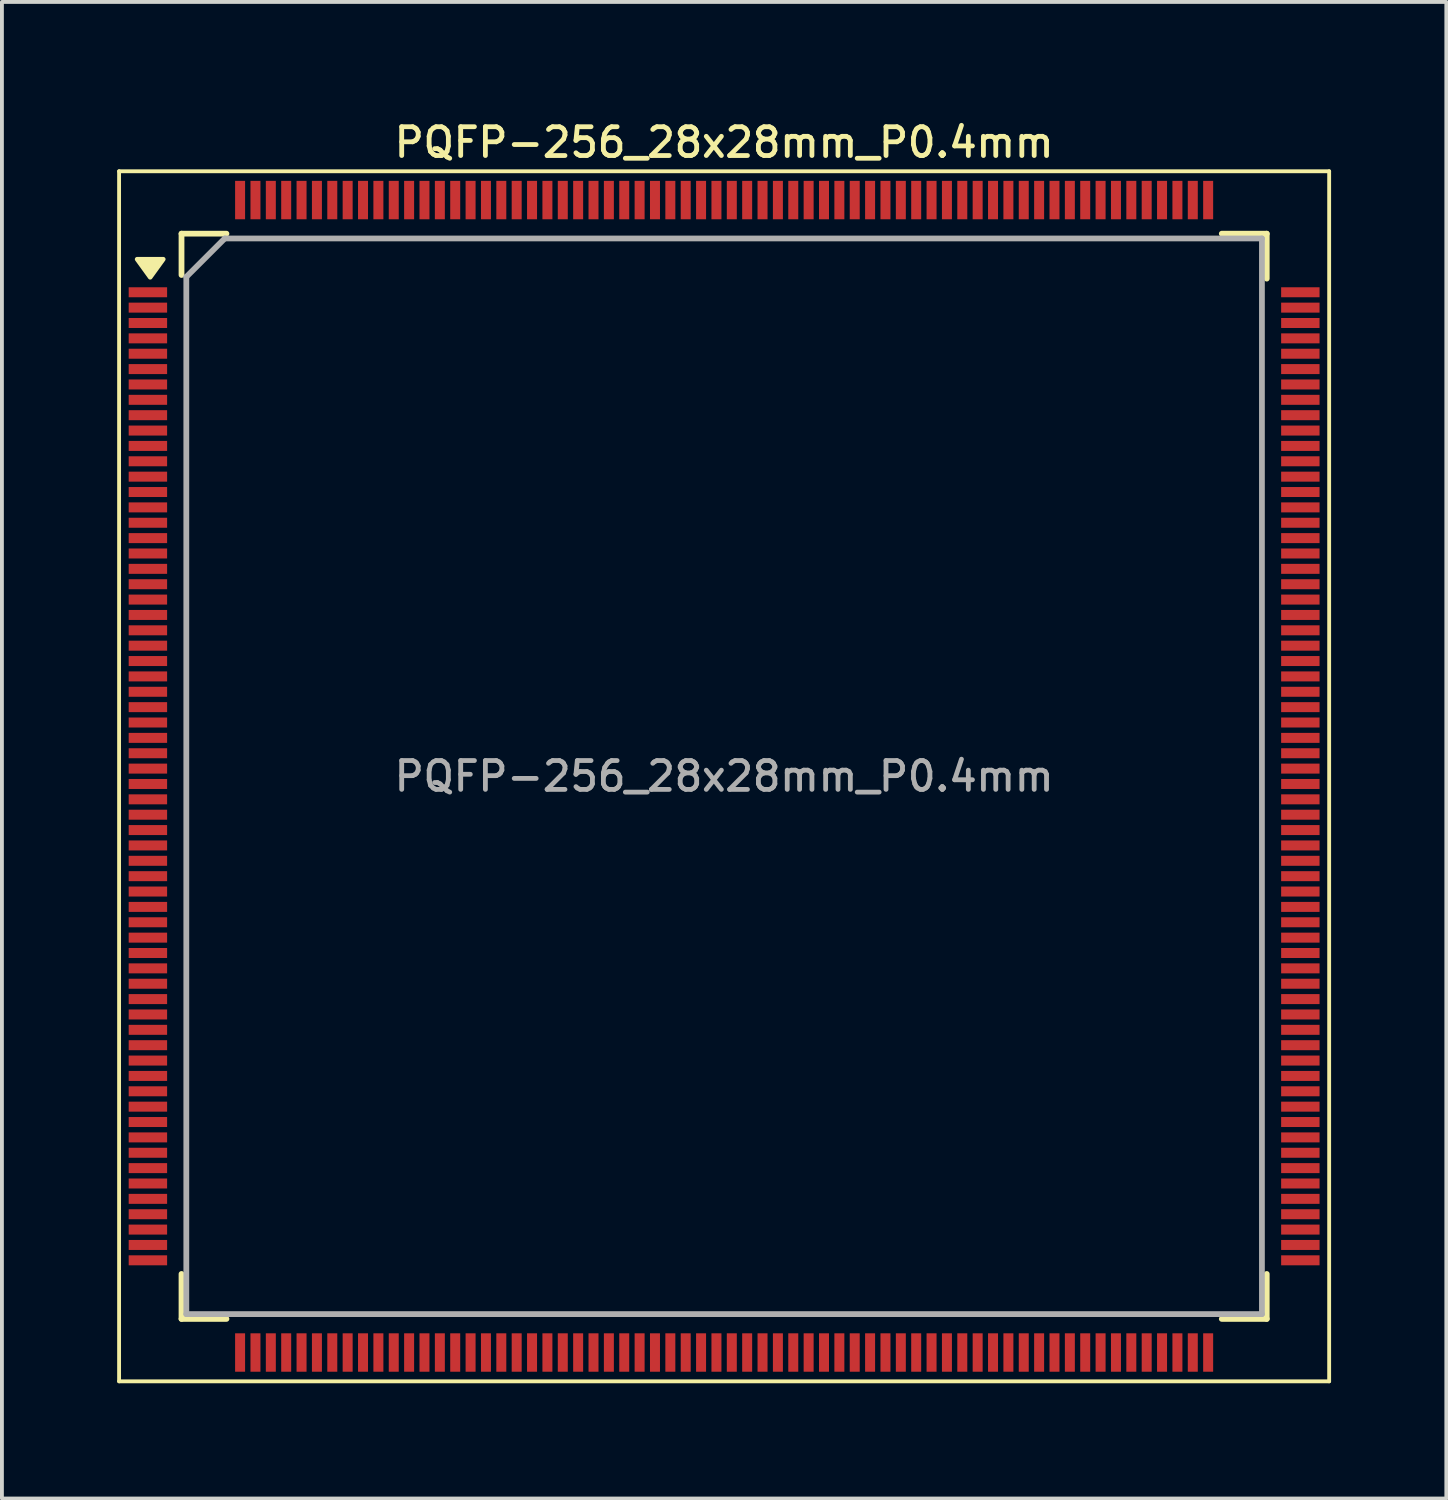
<source format=kicad_pcb>
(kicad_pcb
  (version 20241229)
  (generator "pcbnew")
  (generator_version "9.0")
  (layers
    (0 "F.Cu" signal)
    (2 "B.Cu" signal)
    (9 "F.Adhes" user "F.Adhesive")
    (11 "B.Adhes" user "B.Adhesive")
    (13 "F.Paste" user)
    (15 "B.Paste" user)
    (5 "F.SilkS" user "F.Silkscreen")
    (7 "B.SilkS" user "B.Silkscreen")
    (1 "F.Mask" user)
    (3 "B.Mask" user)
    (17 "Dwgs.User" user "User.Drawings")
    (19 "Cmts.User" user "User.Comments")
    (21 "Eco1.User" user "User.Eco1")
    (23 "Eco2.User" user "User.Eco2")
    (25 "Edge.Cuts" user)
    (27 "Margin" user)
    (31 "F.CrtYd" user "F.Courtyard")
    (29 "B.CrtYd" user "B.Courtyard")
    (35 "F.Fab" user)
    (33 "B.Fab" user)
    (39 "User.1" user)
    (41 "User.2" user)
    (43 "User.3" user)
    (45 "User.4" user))
  (footprint "PQFP-256_28x28mm_P0.4mm"
    (layer "F.Cu")
    (at 15.8 17.158)
    (property "Reference" "PQFP-256_28x28mm_P0.4mm" (at 0 -16.5 0) (layer "F.SilkS") (effects (font (size 0.75 0.75) (thickness 0.125))))
    (attr smd)
    (fp_line (start -15.75 -15.75) (end -15.75 15.75) (stroke (width 0.1) (type solid)) (layer "F.SilkS"))
    (fp_line (start -15.75 -15.75) (end 15.75 -15.75) (stroke (width 0.1) (type solid)) (layer "F.SilkS"))
    (fp_line (start -15.75 15.75) (end 15.75 15.75) (stroke (width 0.1) (type solid)) (layer "F.SilkS"))
    (fp_line (start -14.125 -14.125) (end -14.125 -13.05) (stroke (width 0.15) (type solid)) (layer "F.SilkS"))
    (fp_line (start -14.125 -14.125) (end -12.955 -14.125) (stroke (width 0.15) (type solid)) (layer "F.SilkS"))
    (fp_line (start -14.125 14.125) (end -14.125 12.955) (stroke (width 0.15) (type solid)) (layer "F.SilkS"))
    (fp_line (start -14.125 14.125) (end -12.955 14.125) (stroke (width 0.15) (type solid)) (layer "F.SilkS"))
    (fp_line (start 14.125 -14.125) (end 12.955 -14.125) (stroke (width 0.15) (type solid)) (layer "F.SilkS"))
    (fp_line (start 14.125 -14.125) (end 14.125 -12.955) (stroke (width 0.15) (type solid)) (layer "F.SilkS"))
    (fp_line (start 14.125 14.125) (end 12.955 14.125) (stroke (width 0.15) (type solid)) (layer "F.SilkS"))
    (fp_line (start 14.125 14.125) (end 14.125 12.955) (stroke (width 0.15) (type solid)) (layer "F.SilkS"))
    (fp_line (start 15.75 -15.75) (end 15.75 15.75) (stroke (width 0.1) (type solid)) (layer "F.SilkS"))
    (fp_poly (pts (xy -14.94 -12.99) (xy -15.28 -13.46) (xy -14.6 -13.46) (xy -14.94 -12.99)) (stroke (width 0.12) (type solid)) (fill yes) (layer "F.SilkS"))
    (fp_line (start -14 -13) (end -13 -14) (stroke (width 0.15) (type solid)) (layer "F.Fab"))
    (fp_line (start -14 14) (end -14 -13) (stroke (width 0.15) (type solid)) (layer "F.Fab"))
    (fp_line (start -13 -14) (end 14 -14) (stroke (width 0.15) (type solid)) (layer "F.Fab"))
    (fp_line (start 14 -14) (end 14 14) (stroke (width 0.15) (type solid)) (layer "F.Fab"))
    (fp_line (start 14 14) (end -14 14) (stroke (width 0.15) (type solid)) (layer "F.Fab"))
    (fp_text user "${REFERENCE}" (at 0 0 0) (layer "F.Fab") (effects (font (size 0.75 0.75) (thickness 0.125))))
    (pad "1" smd rect (at -15 -12.6) (size 1 0.26) (layers "F.Cu" "F.Mask" "F.Paste"))
    (pad "2" smd rect (at -15 -12.2) (size 1 0.26) (layers "F.Cu" "F.Mask" "F.Paste"))
    (pad "3" smd rect (at -15 -11.8) (size 1 0.26) (layers "F.Cu" "F.Mask" "F.Paste"))
    (pad "4" smd rect (at -15 -11.4) (size 1 0.26) (layers "F.Cu" "F.Mask" "F.Paste"))
    (pad "5" smd rect (at -15 -11) (size 1 0.26) (layers "F.Cu" "F.Mask" "F.Paste"))
    (pad "6" smd rect (at -15 -10.6) (size 1 0.26) (layers "F.Cu" "F.Mask" "F.Paste"))
    (pad "7" smd rect (at -15 -10.2) (size 1 0.26) (layers "F.Cu" "F.Mask" "F.Paste"))
    (pad "8" smd rect (at -15 -9.8) (size 1 0.26) (layers "F.Cu" "F.Mask" "F.Paste"))
    (pad "9" smd rect (at -15 -9.4) (size 1 0.26) (layers "F.Cu" "F.Mask" "F.Paste"))
    (pad "10" smd rect (at -15 -9) (size 1 0.26) (layers "F.Cu" "F.Mask" "F.Paste"))
    (pad "11" smd rect (at -15 -8.6) (size 1 0.26) (layers "F.Cu" "F.Mask" "F.Paste"))
    (pad "12" smd rect (at -15 -8.2) (size 1 0.26) (layers "F.Cu" "F.Mask" "F.Paste"))
    (pad "13" smd rect (at -15 -7.8) (size 1 0.26) (layers "F.Cu" "F.Mask" "F.Paste"))
    (pad "14" smd rect (at -15 -7.4) (size 1 0.26) (layers "F.Cu" "F.Mask" "F.Paste"))
    (pad "15" smd rect (at -15 -7) (size 1 0.26) (layers "F.Cu" "F.Mask" "F.Paste"))
    (pad "16" smd rect (at -15 -6.6) (size 1 0.26) (layers "F.Cu" "F.Mask" "F.Paste"))
    (pad "17" smd rect (at -15 -6.2) (size 1 0.26) (layers "F.Cu" "F.Mask" "F.Paste"))
    (pad "18" smd rect (at -15 -5.8) (size 1 0.26) (layers "F.Cu" "F.Mask" "F.Paste"))
    (pad "19" smd rect (at -15 -5.4) (size 1 0.26) (layers "F.Cu" "F.Mask" "F.Paste"))
    (pad "20" smd rect (at -15 -5) (size 1 0.26) (layers "F.Cu" "F.Mask" "F.Paste"))
    (pad "21" smd rect (at -15 -4.6) (size 1 0.26) (layers "F.Cu" "F.Mask" "F.Paste"))
    (pad "22" smd rect (at -15 -4.2) (size 1 0.26) (layers "F.Cu" "F.Mask" "F.Paste"))
    (pad "23" smd rect (at -15 -3.8) (size 1 0.26) (layers "F.Cu" "F.Mask" "F.Paste"))
    (pad "24" smd rect (at -15 -3.4) (size 1 0.26) (layers "F.Cu" "F.Mask" "F.Paste"))
    (pad "25" smd rect (at -15 -3) (size 1 0.26) (layers "F.Cu" "F.Mask" "F.Paste"))
    (pad "26" smd rect (at -15 -2.6) (size 1 0.26) (layers "F.Cu" "F.Mask" "F.Paste"))
    (pad "27" smd rect (at -15 -2.2) (size 1 0.26) (layers "F.Cu" "F.Mask" "F.Paste"))
    (pad "28" smd rect (at -15 -1.8) (size 1 0.26) (layers "F.Cu" "F.Mask" "F.Paste"))
    (pad "29" smd rect (at -15 -1.4) (size 1 0.26) (layers "F.Cu" "F.Mask" "F.Paste"))
    (pad "30" smd rect (at -15 -1) (size 1 0.26) (layers "F.Cu" "F.Mask" "F.Paste"))
    (pad "31" smd rect (at -15 -0.6) (size 1 0.26) (layers "F.Cu" "F.Mask" "F.Paste"))
    (pad "32" smd rect (at -15 -0.2) (size 1 0.26) (layers "F.Cu" "F.Mask" "F.Paste"))
    (pad "33" smd rect (at -15 0.2) (size 1 0.26) (layers "F.Cu" "F.Mask" "F.Paste"))
    (pad "34" smd rect (at -15 0.6) (size 1 0.26) (layers "F.Cu" "F.Mask" "F.Paste"))
    (pad "35" smd rect (at -15 1) (size 1 0.26) (layers "F.Cu" "F.Mask" "F.Paste"))
    (pad "36" smd rect (at -15 1.4) (size 1 0.26) (layers "F.Cu" "F.Mask" "F.Paste"))
    (pad "37" smd rect (at -15 1.8) (size 1 0.26) (layers "F.Cu" "F.Mask" "F.Paste"))
    (pad "38" smd rect (at -15 2.2) (size 1 0.26) (layers "F.Cu" "F.Mask" "F.Paste"))
    (pad "39" smd rect (at -15 2.6) (size 1 0.26) (layers "F.Cu" "F.Mask" "F.Paste"))
    (pad "40" smd rect (at -15 3) (size 1 0.26) (layers "F.Cu" "F.Mask" "F.Paste"))
    (pad "41" smd rect (at -15 3.4) (size 1 0.26) (layers "F.Cu" "F.Mask" "F.Paste"))
    (pad "42" smd rect (at -15 3.8) (size 1 0.26) (layers "F.Cu" "F.Mask" "F.Paste"))
    (pad "43" smd rect (at -15 4.2) (size 1 0.26) (layers "F.Cu" "F.Mask" "F.Paste"))
    (pad "44" smd rect (at -15 4.6) (size 1 0.26) (layers "F.Cu" "F.Mask" "F.Paste"))
    (pad "45" smd rect (at -15 5) (size 1 0.26) (layers "F.Cu" "F.Mask" "F.Paste"))
    (pad "46" smd rect (at -15 5.4) (size 1 0.26) (layers "F.Cu" "F.Mask" "F.Paste"))
    (pad "47" smd rect (at -15 5.8) (size 1 0.26) (layers "F.Cu" "F.Mask" "F.Paste"))
    (pad "48" smd rect (at -15 6.2) (size 1 0.26) (layers "F.Cu" "F.Mask" "F.Paste"))
    (pad "49" smd rect (at -15 6.6) (size 1 0.26) (layers "F.Cu" "F.Mask" "F.Paste"))
    (pad "50" smd rect (at -15 7) (size 1 0.26) (layers "F.Cu" "F.Mask" "F.Paste"))
    (pad "51" smd rect (at -15 7.4) (size 1 0.26) (layers "F.Cu" "F.Mask" "F.Paste"))
    (pad "52" smd rect (at -15 7.8) (size 1 0.26) (layers "F.Cu" "F.Mask" "F.Paste"))
    (pad "53" smd rect (at -15 8.2) (size 1 0.26) (layers "F.Cu" "F.Mask" "F.Paste"))
    (pad "54" smd rect (at -15 8.6) (size 1 0.26) (layers "F.Cu" "F.Mask" "F.Paste"))
    (pad "55" smd rect (at -15 9) (size 1 0.26) (layers "F.Cu" "F.Mask" "F.Paste"))
    (pad "56" smd rect (at -15 9.4) (size 1 0.26) (layers "F.Cu" "F.Mask" "F.Paste"))
    (pad "57" smd rect (at -15 9.8) (size 1 0.26) (layers "F.Cu" "F.Mask" "F.Paste"))
    (pad "58" smd rect (at -15 10.2) (size 1 0.26) (layers "F.Cu" "F.Mask" "F.Paste"))
    (pad "59" smd rect (at -15 10.6) (size 1 0.26) (layers "F.Cu" "F.Mask" "F.Paste"))
    (pad "60" smd rect (at -15 11) (size 1 0.26) (layers "F.Cu" "F.Mask" "F.Paste"))
    (pad "61" smd rect (at -15 11.4) (size 1 0.26) (layers "F.Cu" "F.Mask" "F.Paste"))
    (pad "62" smd rect (at -15 11.8) (size 1 0.26) (layers "F.Cu" "F.Mask" "F.Paste"))
    (pad "63" smd rect (at -15 12.2) (size 1 0.26) (layers "F.Cu" "F.Mask" "F.Paste"))
    (pad "64" smd rect (at -15 12.6) (size 1 0.26) (layers "F.Cu" "F.Mask" "F.Paste"))
    (pad "65" smd rect (at -12.6 15 90) (size 1 0.26) (layers "F.Cu" "F.Mask" "F.Paste"))
    (pad "66" smd rect (at -12.2 15 90) (size 1 0.26) (layers "F.Cu" "F.Mask" "F.Paste"))
    (pad "67" smd rect (at -11.8 15 90) (size 1 0.26) (layers "F.Cu" "F.Mask" "F.Paste"))
    (pad "68" smd rect (at -11.4 15 90) (size 1 0.26) (layers "F.Cu" "F.Mask" "F.Paste"))
    (pad "69" smd rect (at -11 15 90) (size 1 0.26) (layers "F.Cu" "F.Mask" "F.Paste"))
    (pad "70" smd rect (at -10.6 15 90) (size 1 0.26) (layers "F.Cu" "F.Mask" "F.Paste"))
    (pad "71" smd rect (at -10.2 15 90) (size 1 0.26) (layers "F.Cu" "F.Mask" "F.Paste"))
    (pad "72" smd rect (at -9.8 15 90) (size 1 0.26) (layers "F.Cu" "F.Mask" "F.Paste"))
    (pad "73" smd rect (at -9.4 15 90) (size 1 0.26) (layers "F.Cu" "F.Mask" "F.Paste"))
    (pad "74" smd rect (at -9 15 90) (size 1 0.26) (layers "F.Cu" "F.Mask" "F.Paste"))
    (pad "75" smd rect (at -8.6 15 90) (size 1 0.26) (layers "F.Cu" "F.Mask" "F.Paste"))
    (pad "76" smd rect (at -8.2 15 90) (size 1 0.26) (layers "F.Cu" "F.Mask" "F.Paste"))
    (pad "77" smd rect (at -7.8 15 90) (size 1 0.26) (layers "F.Cu" "F.Mask" "F.Paste"))
    (pad "78" smd rect (at -7.4 15 90) (size 1 0.26) (layers "F.Cu" "F.Mask" "F.Paste"))
    (pad "79" smd rect (at -7 15 90) (size 1 0.26) (layers "F.Cu" "F.Mask" "F.Paste"))
    (pad "80" smd rect (at -6.6 15 90) (size 1 0.26) (layers "F.Cu" "F.Mask" "F.Paste"))
    (pad "81" smd rect (at -6.2 15 90) (size 1 0.26) (layers "F.Cu" "F.Mask" "F.Paste"))
    (pad "82" smd rect (at -5.8 15 90) (size 1 0.26) (layers "F.Cu" "F.Mask" "F.Paste"))
    (pad "83" smd rect (at -5.4 15 90) (size 1 0.26) (layers "F.Cu" "F.Mask" "F.Paste"))
    (pad "84" smd rect (at -5 15 90) (size 1 0.26) (layers "F.Cu" "F.Mask" "F.Paste"))
    (pad "85" smd rect (at -4.6 15 90) (size 1 0.26) (layers "F.Cu" "F.Mask" "F.Paste"))
    (pad "86" smd rect (at -4.2 15 90) (size 1 0.26) (layers "F.Cu" "F.Mask" "F.Paste"))
    (pad "87" smd rect (at -3.8 15 90) (size 1 0.26) (layers "F.Cu" "F.Mask" "F.Paste"))
    (pad "88" smd rect (at -3.4 15 90) (size 1 0.26) (layers "F.Cu" "F.Mask" "F.Paste"))
    (pad "89" smd rect (at -3 15 90) (size 1 0.26) (layers "F.Cu" "F.Mask" "F.Paste"))
    (pad "90" smd rect (at -2.6 15 90) (size 1 0.26) (layers "F.Cu" "F.Mask" "F.Paste"))
    (pad "91" smd rect (at -2.2 15 90) (size 1 0.26) (layers "F.Cu" "F.Mask" "F.Paste"))
    (pad "92" smd rect (at -1.8 15 90) (size 1 0.26) (layers "F.Cu" "F.Mask" "F.Paste"))
    (pad "93" smd rect (at -1.4 15 90) (size 1 0.26) (layers "F.Cu" "F.Mask" "F.Paste"))
    (pad "94" smd rect (at -1 15 90) (size 1 0.26) (layers "F.Cu" "F.Mask" "F.Paste"))
    (pad "95" smd rect (at -0.6 15 90) (size 1 0.26) (layers "F.Cu" "F.Mask" "F.Paste"))
    (pad "96" smd rect (at -0.2 15 90) (size 1 0.26) (layers "F.Cu" "F.Mask" "F.Paste"))
    (pad "97" smd rect (at 0.2 15 90) (size 1 0.26) (layers "F.Cu" "F.Mask" "F.Paste"))
    (pad "98" smd rect (at 0.6 15 90) (size 1 0.26) (layers "F.Cu" "F.Mask" "F.Paste"))
    (pad "99" smd rect (at 1 15 90) (size 1 0.26) (layers "F.Cu" "F.Mask" "F.Paste"))
    (pad "100" smd rect (at 1.4 15 90) (size 1 0.26) (layers "F.Cu" "F.Mask" "F.Paste"))
    (pad "101" smd rect (at 1.8 15 90) (size 1 0.26) (layers "F.Cu" "F.Mask" "F.Paste"))
    (pad "102" smd rect (at 2.2 15 90) (size 1 0.26) (layers "F.Cu" "F.Mask" "F.Paste"))
    (pad "103" smd rect (at 2.6 15 90) (size 1 0.26) (layers "F.Cu" "F.Mask" "F.Paste"))
    (pad "104" smd rect (at 3 15 90) (size 1 0.26) (layers "F.Cu" "F.Mask" "F.Paste"))
    (pad "105" smd rect (at 3.4 15 90) (size 1 0.26) (layers "F.Cu" "F.Mask" "F.Paste"))
    (pad "106" smd rect (at 3.8 15 90) (size 1 0.26) (layers "F.Cu" "F.Mask" "F.Paste"))
    (pad "107" smd rect (at 4.2 15 90) (size 1 0.26) (layers "F.Cu" "F.Mask" "F.Paste"))
    (pad "108" smd rect (at 4.6 15 90) (size 1 0.26) (layers "F.Cu" "F.Mask" "F.Paste"))
    (pad "109" smd rect (at 5 15 90) (size 1 0.26) (layers "F.Cu" "F.Mask" "F.Paste"))
    (pad "110" smd rect (at 5.4 15 90) (size 1 0.26) (layers "F.Cu" "F.Mask" "F.Paste"))
    (pad "111" smd rect (at 5.8 15 90) (size 1 0.26) (layers "F.Cu" "F.Mask" "F.Paste"))
    (pad "112" smd rect (at 6.2 15 90) (size 1 0.26) (layers "F.Cu" "F.Mask" "F.Paste"))
    (pad "113" smd rect (at 6.6 15 90) (size 1 0.26) (layers "F.Cu" "F.Mask" "F.Paste"))
    (pad "114" smd rect (at 7 15 90) (size 1 0.26) (layers "F.Cu" "F.Mask" "F.Paste"))
    (pad "115" smd rect (at 7.4 15 90) (size 1 0.26) (layers "F.Cu" "F.Mask" "F.Paste"))
    (pad "116" smd rect (at 7.8 15 90) (size 1 0.26) (layers "F.Cu" "F.Mask" "F.Paste"))
    (pad "117" smd rect (at 8.2 15 90) (size 1 0.26) (layers "F.Cu" "F.Mask" "F.Paste"))
    (pad "118" smd rect (at 8.6 15 90) (size 1 0.26) (layers "F.Cu" "F.Mask" "F.Paste"))
    (pad "119" smd rect (at 9 15 90) (size 1 0.26) (layers "F.Cu" "F.Mask" "F.Paste"))
    (pad "120" smd rect (at 9.4 15 90) (size 1 0.26) (layers "F.Cu" "F.Mask" "F.Paste"))
    (pad "121" smd rect (at 9.8 15 90) (size 1 0.26) (layers "F.Cu" "F.Mask" "F.Paste"))
    (pad "122" smd rect (at 10.2 15 90) (size 1 0.26) (layers "F.Cu" "F.Mask" "F.Paste"))
    (pad "123" smd rect (at 10.6 15 90) (size 1 0.26) (layers "F.Cu" "F.Mask" "F.Paste"))
    (pad "124" smd rect (at 11 15 90) (size 1 0.26) (layers "F.Cu" "F.Mask" "F.Paste"))
    (pad "125" smd rect (at 11.4 15 90) (size 1 0.26) (layers "F.Cu" "F.Mask" "F.Paste"))
    (pad "126" smd rect (at 11.8 15 90) (size 1 0.26) (layers "F.Cu" "F.Mask" "F.Paste"))
    (pad "127" smd rect (at 12.2 15 90) (size 1 0.26) (layers "F.Cu" "F.Mask" "F.Paste"))
    (pad "128" smd rect (at 12.6 15 90) (size 1 0.26) (layers "F.Cu" "F.Mask" "F.Paste"))
    (pad "129" smd rect (at 15 12.6) (size 1 0.26) (layers "F.Cu" "F.Mask" "F.Paste"))
    (pad "130" smd rect (at 15 12.2) (size 1 0.26) (layers "F.Cu" "F.Mask" "F.Paste"))
    (pad "131" smd rect (at 15 11.8) (size 1 0.26) (layers "F.Cu" "F.Mask" "F.Paste"))
    (pad "132" smd rect (at 15 11.4) (size 1 0.26) (layers "F.Cu" "F.Mask" "F.Paste"))
    (pad "133" smd rect (at 15 11) (size 1 0.26) (layers "F.Cu" "F.Mask" "F.Paste"))
    (pad "134" smd rect (at 15 10.6) (size 1 0.26) (layers "F.Cu" "F.Mask" "F.Paste"))
    (pad "135" smd rect (at 15 10.2) (size 1 0.26) (layers "F.Cu" "F.Mask" "F.Paste"))
    (pad "136" smd rect (at 15 9.8) (size 1 0.26) (layers "F.Cu" "F.Mask" "F.Paste"))
    (pad "137" smd rect (at 15 9.4) (size 1 0.26) (layers "F.Cu" "F.Mask" "F.Paste"))
    (pad "138" smd rect (at 15 9) (size 1 0.26) (layers "F.Cu" "F.Mask" "F.Paste"))
    (pad "139" smd rect (at 15 8.6) (size 1 0.26) (layers "F.Cu" "F.Mask" "F.Paste"))
    (pad "140" smd rect (at 15 8.2) (size 1 0.26) (layers "F.Cu" "F.Mask" "F.Paste"))
    (pad "141" smd rect (at 15 7.8) (size 1 0.26) (layers "F.Cu" "F.Mask" "F.Paste"))
    (pad "142" smd rect (at 15 7.4) (size 1 0.26) (layers "F.Cu" "F.Mask" "F.Paste"))
    (pad "143" smd rect (at 15 7) (size 1 0.26) (layers "F.Cu" "F.Mask" "F.Paste"))
    (pad "144" smd rect (at 15 6.6) (size 1 0.26) (layers "F.Cu" "F.Mask" "F.Paste"))
    (pad "145" smd rect (at 15 6.2) (size 1 0.26) (layers "F.Cu" "F.Mask" "F.Paste"))
    (pad "146" smd rect (at 15 5.8) (size 1 0.26) (layers "F.Cu" "F.Mask" "F.Paste"))
    (pad "147" smd rect (at 15 5.4) (size 1 0.26) (layers "F.Cu" "F.Mask" "F.Paste"))
    (pad "148" smd rect (at 15 5) (size 1 0.26) (layers "F.Cu" "F.Mask" "F.Paste"))
    (pad "149" smd rect (at 15 4.6) (size 1 0.26) (layers "F.Cu" "F.Mask" "F.Paste"))
    (pad "150" smd rect (at 15 4.2) (size 1 0.26) (layers "F.Cu" "F.Mask" "F.Paste"))
    (pad "151" smd rect (at 15 3.8) (size 1 0.26) (layers "F.Cu" "F.Mask" "F.Paste"))
    (pad "152" smd rect (at 15 3.4) (size 1 0.26) (layers "F.Cu" "F.Mask" "F.Paste"))
    (pad "153" smd rect (at 15 3) (size 1 0.26) (layers "F.Cu" "F.Mask" "F.Paste"))
    (pad "154" smd rect (at 15 2.6) (size 1 0.26) (layers "F.Cu" "F.Mask" "F.Paste"))
    (pad "155" smd rect (at 15 2.2) (size 1 0.26) (layers "F.Cu" "F.Mask" "F.Paste"))
    (pad "156" smd rect (at 15 1.8) (size 1 0.26) (layers "F.Cu" "F.Mask" "F.Paste"))
    (pad "157" smd rect (at 15 1.4) (size 1 0.26) (layers "F.Cu" "F.Mask" "F.Paste"))
    (pad "158" smd rect (at 15 1) (size 1 0.26) (layers "F.Cu" "F.Mask" "F.Paste"))
    (pad "159" smd rect (at 15 0.6) (size 1 0.26) (layers "F.Cu" "F.Mask" "F.Paste"))
    (pad "160" smd rect (at 15 0.2) (size 1 0.26) (layers "F.Cu" "F.Mask" "F.Paste"))
    (pad "161" smd rect (at 15 -0.2) (size 1 0.26) (layers "F.Cu" "F.Mask" "F.Paste"))
    (pad "162" smd rect (at 15 -0.6) (size 1 0.26) (layers "F.Cu" "F.Mask" "F.Paste"))
    (pad "163" smd rect (at 15 -1) (size 1 0.26) (layers "F.Cu" "F.Mask" "F.Paste"))
    (pad "164" smd rect (at 15 -1.4) (size 1 0.26) (layers "F.Cu" "F.Mask" "F.Paste"))
    (pad "165" smd rect (at 15 -1.8) (size 1 0.26) (layers "F.Cu" "F.Mask" "F.Paste"))
    (pad "166" smd rect (at 15 -2.2) (size 1 0.26) (layers "F.Cu" "F.Mask" "F.Paste"))
    (pad "167" smd rect (at 15 -2.6) (size 1 0.26) (layers "F.Cu" "F.Mask" "F.Paste"))
    (pad "168" smd rect (at 15 -3) (size 1 0.26) (layers "F.Cu" "F.Mask" "F.Paste"))
    (pad "169" smd rect (at 15 -3.4) (size 1 0.26) (layers "F.Cu" "F.Mask" "F.Paste"))
    (pad "170" smd rect (at 15 -3.8) (size 1 0.26) (layers "F.Cu" "F.Mask" "F.Paste"))
    (pad "171" smd rect (at 15 -4.2) (size 1 0.26) (layers "F.Cu" "F.Mask" "F.Paste"))
    (pad "172" smd rect (at 15 -4.6) (size 1 0.26) (layers "F.Cu" "F.Mask" "F.Paste"))
    (pad "173" smd rect (at 15 -5) (size 1 0.26) (layers "F.Cu" "F.Mask" "F.Paste"))
    (pad "174" smd rect (at 15 -5.4) (size 1 0.26) (layers "F.Cu" "F.Mask" "F.Paste"))
    (pad "175" smd rect (at 15 -5.8) (size 1 0.26) (layers "F.Cu" "F.Mask" "F.Paste"))
    (pad "176" smd rect (at 15 -6.2) (size 1 0.26) (layers "F.Cu" "F.Mask" "F.Paste"))
    (pad "177" smd rect (at 15 -6.6) (size 1 0.26) (layers "F.Cu" "F.Mask" "F.Paste"))
    (pad "178" smd rect (at 15 -7) (size 1 0.26) (layers "F.Cu" "F.Mask" "F.Paste"))
    (pad "179" smd rect (at 15 -7.4) (size 1 0.26) (layers "F.Cu" "F.Mask" "F.Paste"))
    (pad "180" smd rect (at 15 -7.8) (size 1 0.26) (layers "F.Cu" "F.Mask" "F.Paste"))
    (pad "181" smd rect (at 15 -8.2) (size 1 0.26) (layers "F.Cu" "F.Mask" "F.Paste"))
    (pad "182" smd rect (at 15 -8.6) (size 1 0.26) (layers "F.Cu" "F.Mask" "F.Paste"))
    (pad "183" smd rect (at 15 -9) (size 1 0.26) (layers "F.Cu" "F.Mask" "F.Paste"))
    (pad "184" smd rect (at 15 -9.4) (size 1 0.26) (layers "F.Cu" "F.Mask" "F.Paste"))
    (pad "185" smd rect (at 15 -9.8) (size 1 0.26) (layers "F.Cu" "F.Mask" "F.Paste"))
    (pad "186" smd rect (at 15 -10.2) (size 1 0.26) (layers "F.Cu" "F.Mask" "F.Paste"))
    (pad "187" smd rect (at 15 -10.6) (size 1 0.26) (layers "F.Cu" "F.Mask" "F.Paste"))
    (pad "188" smd rect (at 15 -11) (size 1 0.26) (layers "F.Cu" "F.Mask" "F.Paste"))
    (pad "189" smd rect (at 15 -11.4) (size 1 0.26) (layers "F.Cu" "F.Mask" "F.Paste"))
    (pad "190" smd rect (at 15 -11.8) (size 1 0.26) (layers "F.Cu" "F.Mask" "F.Paste"))
    (pad "191" smd rect (at 15 -12.2) (size 1 0.26) (layers "F.Cu" "F.Mask" "F.Paste"))
    (pad "192" smd rect (at 15 -12.6) (size 1 0.26) (layers "F.Cu" "F.Mask" "F.Paste"))
    (pad "193" smd rect (at 12.6 -15 90) (size 1 0.26) (layers "F.Cu" "F.Mask" "F.Paste"))
    (pad "194" smd rect (at 12.2 -15 90) (size 1 0.26) (layers "F.Cu" "F.Mask" "F.Paste"))
    (pad "195" smd rect (at 11.8 -15 90) (size 1 0.26) (layers "F.Cu" "F.Mask" "F.Paste"))
    (pad "196" smd rect (at 11.4 -15 90) (size 1 0.26) (layers "F.Cu" "F.Mask" "F.Paste"))
    (pad "197" smd rect (at 11 -15 90) (size 1 0.26) (layers "F.Cu" "F.Mask" "F.Paste"))
    (pad "198" smd rect (at 10.6 -15 90) (size 1 0.26) (layers "F.Cu" "F.Mask" "F.Paste"))
    (pad "199" smd rect (at 10.2 -15 90) (size 1 0.26) (layers "F.Cu" "F.Mask" "F.Paste"))
    (pad "200" smd rect (at 9.8 -15 90) (size 1 0.26) (layers "F.Cu" "F.Mask" "F.Paste"))
    (pad "201" smd rect (at 9.4 -15 90) (size 1 0.26) (layers "F.Cu" "F.Mask" "F.Paste"))
    (pad "202" smd rect (at 9 -15 90) (size 1 0.26) (layers "F.Cu" "F.Mask" "F.Paste"))
    (pad "203" smd rect (at 8.6 -15 90) (size 1 0.26) (layers "F.Cu" "F.Mask" "F.Paste"))
    (pad "204" smd rect (at 8.2 -15 90) (size 1 0.26) (layers "F.Cu" "F.Mask" "F.Paste"))
    (pad "205" smd rect (at 7.8 -15 90) (size 1 0.26) (layers "F.Cu" "F.Mask" "F.Paste"))
    (pad "206" smd rect (at 7.4 -15 90) (size 1 0.26) (layers "F.Cu" "F.Mask" "F.Paste"))
    (pad "207" smd rect (at 7 -15 90) (size 1 0.26) (layers "F.Cu" "F.Mask" "F.Paste"))
    (pad "208" smd rect (at 6.6 -15 90) (size 1 0.26) (layers "F.Cu" "F.Mask" "F.Paste"))
    (pad "209" smd rect (at 6.2 -15 90) (size 1 0.26) (layers "F.Cu" "F.Mask" "F.Paste"))
    (pad "210" smd rect (at 5.8 -15 90) (size 1 0.26) (layers "F.Cu" "F.Mask" "F.Paste"))
    (pad "211" smd rect (at 5.4 -15 90) (size 1 0.26) (layers "F.Cu" "F.Mask" "F.Paste"))
    (pad "212" smd rect (at 5 -15 90) (size 1 0.26) (layers "F.Cu" "F.Mask" "F.Paste"))
    (pad "213" smd rect (at 4.6 -15 90) (size 1 0.26) (layers "F.Cu" "F.Mask" "F.Paste"))
    (pad "214" smd rect (at 4.2 -15 90) (size 1 0.26) (layers "F.Cu" "F.Mask" "F.Paste"))
    (pad "215" smd rect (at 3.8 -15 90) (size 1 0.26) (layers "F.Cu" "F.Mask" "F.Paste"))
    (pad "216" smd rect (at 3.4 -15 90) (size 1 0.26) (layers "F.Cu" "F.Mask" "F.Paste"))
    (pad "217" smd rect (at 3 -15 90) (size 1 0.26) (layers "F.Cu" "F.Mask" "F.Paste"))
    (pad "218" smd rect (at 2.6 -15 90) (size 1 0.26) (layers "F.Cu" "F.Mask" "F.Paste"))
    (pad "219" smd rect (at 2.2 -15 90) (size 1 0.26) (layers "F.Cu" "F.Mask" "F.Paste"))
    (pad "220" smd rect (at 1.8 -15 90) (size 1 0.26) (layers "F.Cu" "F.Mask" "F.Paste"))
    (pad "221" smd rect (at 1.4 -15 90) (size 1 0.26) (layers "F.Cu" "F.Mask" "F.Paste"))
    (pad "222" smd rect (at 1 -15 90) (size 1 0.26) (layers "F.Cu" "F.Mask" "F.Paste"))
    (pad "223" smd rect (at 0.6 -15 90) (size 1 0.26) (layers "F.Cu" "F.Mask" "F.Paste"))
    (pad "224" smd rect (at 0.2 -15 90) (size 1 0.26) (layers "F.Cu" "F.Mask" "F.Paste"))
    (pad "225" smd rect (at -0.2 -15 90) (size 1 0.26) (layers "F.Cu" "F.Mask" "F.Paste"))
    (pad "226" smd rect (at -0.6 -15 90) (size 1 0.26) (layers "F.Cu" "F.Mask" "F.Paste"))
    (pad "227" smd rect (at -1 -15 90) (size 1 0.26) (layers "F.Cu" "F.Mask" "F.Paste"))
    (pad "228" smd rect (at -1.4 -15 90) (size 1 0.26) (layers "F.Cu" "F.Mask" "F.Paste"))
    (pad "229" smd rect (at -1.8 -15 90) (size 1 0.26) (layers "F.Cu" "F.Mask" "F.Paste"))
    (pad "230" smd rect (at -2.2 -15 90) (size 1 0.26) (layers "F.Cu" "F.Mask" "F.Paste"))
    (pad "231" smd rect (at -2.6 -15 90) (size 1 0.26) (layers "F.Cu" "F.Mask" "F.Paste"))
    (pad "232" smd rect (at -3 -15 90) (size 1 0.26) (layers "F.Cu" "F.Mask" "F.Paste"))
    (pad "233" smd rect (at -3.4 -15 90) (size 1 0.26) (layers "F.Cu" "F.Mask" "F.Paste"))
    (pad "234" smd rect (at -3.8 -15 90) (size 1 0.26) (layers "F.Cu" "F.Mask" "F.Paste"))
    (pad "235" smd rect (at -4.2 -15 90) (size 1 0.26) (layers "F.Cu" "F.Mask" "F.Paste"))
    (pad "236" smd rect (at -4.6 -15 90) (size 1 0.26) (layers "F.Cu" "F.Mask" "F.Paste"))
    (pad "237" smd rect (at -5 -15 90) (size 1 0.26) (layers "F.Cu" "F.Mask" "F.Paste"))
    (pad "238" smd rect (at -5.4 -15 90) (size 1 0.26) (layers "F.Cu" "F.Mask" "F.Paste"))
    (pad "239" smd rect (at -5.8 -15 90) (size 1 0.26) (layers "F.Cu" "F.Mask" "F.Paste"))
    (pad "240" smd rect (at -6.2 -15 90) (size 1 0.26) (layers "F.Cu" "F.Mask" "F.Paste"))
    (pad "241" smd rect (at -6.6 -15 90) (size 1 0.26) (layers "F.Cu" "F.Mask" "F.Paste"))
    (pad "242" smd rect (at -7 -15 90) (size 1 0.26) (layers "F.Cu" "F.Mask" "F.Paste"))
    (pad "243" smd rect (at -7.4 -15 90) (size 1 0.26) (layers "F.Cu" "F.Mask" "F.Paste"))
    (pad "244" smd rect (at -7.8 -15 90) (size 1 0.26) (layers "F.Cu" "F.Mask" "F.Paste"))
    (pad "245" smd rect (at -8.2 -15 90) (size 1 0.26) (layers "F.Cu" "F.Mask" "F.Paste"))
    (pad "246" smd rect (at -8.6 -15 90) (size 1 0.26) (layers "F.Cu" "F.Mask" "F.Paste"))
    (pad "247" smd rect (at -9 -15 90) (size 1 0.26) (layers "F.Cu" "F.Mask" "F.Paste"))
    (pad "248" smd rect (at -9.4 -15 90) (size 1 0.26) (layers "F.Cu" "F.Mask" "F.Paste"))
    (pad "249" smd rect (at -9.8 -15 90) (size 1 0.26) (layers "F.Cu" "F.Mask" "F.Paste"))
    (pad "250" smd rect (at -10.2 -15 90) (size 1 0.26) (layers "F.Cu" "F.Mask" "F.Paste"))
    (pad "251" smd rect (at -10.6 -15 90) (size 1 0.26) (layers "F.Cu" "F.Mask" "F.Paste"))
    (pad "252" smd rect (at -11 -15 90) (size 1 0.26) (layers "F.Cu" "F.Mask" "F.Paste"))
    (pad "253" smd rect (at -11.4 -15 90) (size 1 0.26) (layers "F.Cu" "F.Mask" "F.Paste"))
    (pad "254" smd rect (at -11.8 -15 90) (size 1 0.26) (layers "F.Cu" "F.Mask" "F.Paste"))
    (pad "255" smd rect (at -12.2 -15 90) (size 1 0.26) (layers "F.Cu" "F.Mask" "F.Paste"))
    (pad "256" smd rect (at -12.6 -15 90) (size 1 0.26) (layers "F.Cu" "F.Mask" "F.Paste")))
  (gr_rect
    (start -3 -3)
    (end 34.6 35.958)
    (stroke (width 0.1) (type default))
    (fill no)
    (layer "Edge.Cuts")))
</source>
